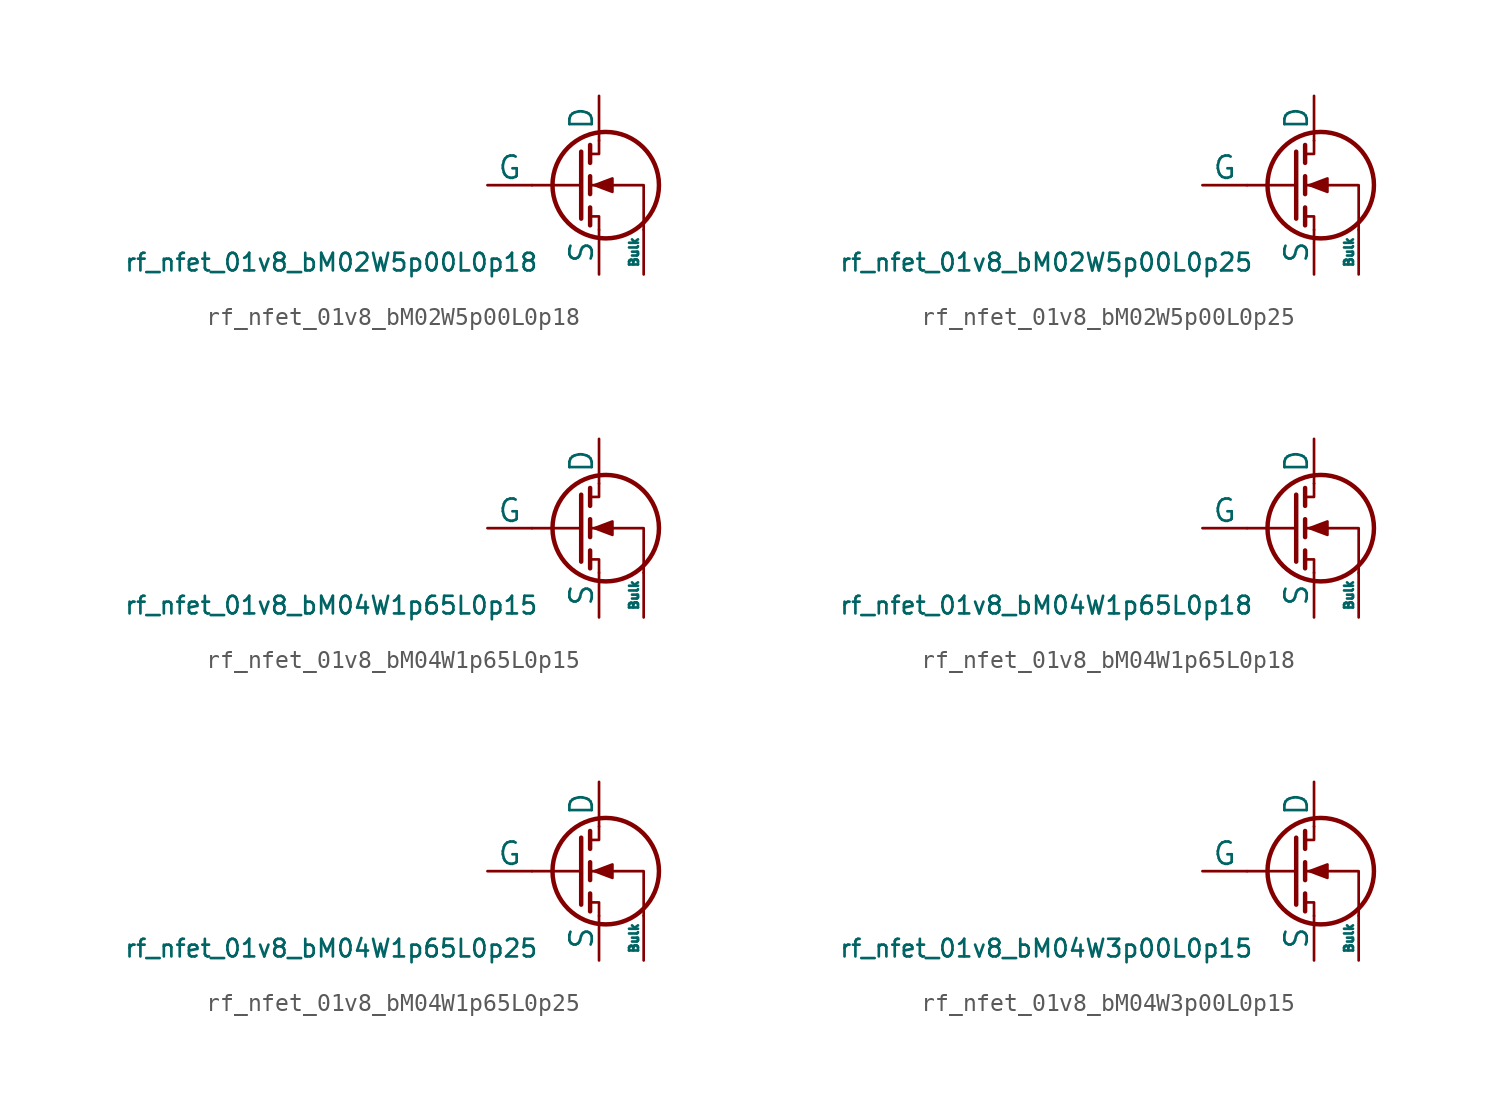
<source format=kicad_sym>
(kicad_symbol_lib
  (version 20211014)
  (generator pdk2kicad)
  (symbol "rf_nfet_01v8_bM02W5p00L0p18"
    (pin_numbers hide)
    (pin_names
      (offset 0))
    (property "Reference" "Q"
      (at 0 0 0)
      (effects (font (size 1 1)) hide))
    (property "Value" "rf_nfet_01v8_bM02W5p00L0p18"
      (at -12.7 -3.81 0)
      (effects (font (size 1 1)) (justify top)))
    (polyline
      (pts (xy 1.524 0) (xy -1.27 0))
      (stroke (width 0) (type default))
      (fill (type none)))
    (polyline
      (pts (xy 1.524 1.905) (xy 1.524 -1.905))
      (stroke (width 0.254) (type default))
      (fill (type none)))
    (polyline
      (pts (xy 2.032 -1.27) (xy 2.032 -2.286))
      (stroke (width 0.254) (type default))
      (fill (type none)))
    (polyline
      (pts (xy 2.032 0.508) (xy 2.032 -0.508))
      (stroke (width 0.254) (type default))
      (fill (type none)))
    (polyline
      (pts (xy 2.032 2.286) (xy 2.032 1.27))
      (stroke (width 0.254) (type default))
      (fill (type none)))
    (polyline
      (pts (xy 2.032 1.778) (xy 2.54 1.778) (xy 2.54 2.54))
      (stroke (width 0) (type default))
      (fill (type none)))
    (polyline
      (pts (xy 2.54 -2.54) (xy 2.54 -1.778) (xy 2.032 -1.778))
      (stroke (width 0) (type default))
      (fill (type none)))
    (polyline
      (pts (xy 5.08 -2.54) (xy 5.08 0) (xy 2.032 0))
      (stroke (width 0) (type default))
      (fill (type none)))
    (polyline
      (pts (xy 2.286 0) (xy 3.302 0.381) (xy 3.302 -0.381) (xy 2.286 0))
      (stroke (width 0) (type default))
      (fill (type outline)))
    (circle
      (center 2.921 0)
      (radius 3.029)
      (stroke (width 0.254) (type default))
      (fill (type none)))
    (pin passive line
      (at 2.54 5.08 270)
      (length 2.54)
      (name "D" (effects (font (size 1.27 1.27))))
      (number "1" (effects (font (size 1.27 1.27)))))
    (pin input line
      (at -3.81 0 0)
      (length 2.54)
      (name "G" (effects (font (size 1.27 1.27))))
      (number "2" (effects (font (size 1.27 1.27)))))
    (pin passive line
      (at 2.54 -5.08 90)
      (length 2.54)
      (name "S" (effects (font (size 1.27 1.27))))
      (number "3" (effects (font (size 1.27 1.27)))))
    (pin input line
      (at 5.08 -5.08 90)
      (length 2.54)
      (name "Bulk" (effects (font (size 0.508 0.508))))
      (number "4" (effects (font (size 1.27 1.27))))))
  (symbol "rf_nfet_01v8_bM02W5p00L0p25"
    (pin_numbers hide)
    (pin_names
      (offset 0))
    (property "Reference" "Q"
      (at 0 0 0)
      (effects (font (size 1 1)) hide))
    (property "Value" "rf_nfet_01v8_bM02W5p00L0p25"
      (at -12.7 -3.81 0)
      (effects (font (size 1 1)) (justify top)))
    (polyline
      (pts (xy 1.524 0) (xy -1.27 0))
      (stroke (width 0) (type default))
      (fill (type none)))
    (polyline
      (pts (xy 1.524 1.905) (xy 1.524 -1.905))
      (stroke (width 0.254) (type default))
      (fill (type none)))
    (polyline
      (pts (xy 2.032 -1.27) (xy 2.032 -2.286))
      (stroke (width 0.254) (type default))
      (fill (type none)))
    (polyline
      (pts (xy 2.032 0.508) (xy 2.032 -0.508))
      (stroke (width 0.254) (type default))
      (fill (type none)))
    (polyline
      (pts (xy 2.032 2.286) (xy 2.032 1.27))
      (stroke (width 0.254) (type default))
      (fill (type none)))
    (polyline
      (pts (xy 2.032 1.778) (xy 2.54 1.778) (xy 2.54 2.54))
      (stroke (width 0) (type default))
      (fill (type none)))
    (polyline
      (pts (xy 2.54 -2.54) (xy 2.54 -1.778) (xy 2.032 -1.778))
      (stroke (width 0) (type default))
      (fill (type none)))
    (polyline
      (pts (xy 5.08 -2.54) (xy 5.08 0) (xy 2.032 0))
      (stroke (width 0) (type default))
      (fill (type none)))
    (polyline
      (pts (xy 2.286 0) (xy 3.302 0.381) (xy 3.302 -0.381) (xy 2.286 0))
      (stroke (width 0) (type default))
      (fill (type outline)))
    (circle
      (center 2.921 0)
      (radius 3.029)
      (stroke (width 0.254) (type default))
      (fill (type none)))
    (pin passive line
      (at 2.54 5.08 270)
      (length 2.54)
      (name "D" (effects (font (size 1.27 1.27))))
      (number "1" (effects (font (size 1.27 1.27)))))
    (pin input line
      (at -3.81 0 0)
      (length 2.54)
      (name "G" (effects (font (size 1.27 1.27))))
      (number "2" (effects (font (size 1.27 1.27)))))
    (pin passive line
      (at 2.54 -5.08 90)
      (length 2.54)
      (name "S" (effects (font (size 1.27 1.27))))
      (number "3" (effects (font (size 1.27 1.27)))))
    (pin input line
      (at 5.08 -5.08 90)
      (length 2.54)
      (name "Bulk" (effects (font (size 0.508 0.508))))
      (number "4" (effects (font (size 1.27 1.27))))))
  (symbol "rf_nfet_01v8_bM04W1p65L0p15"
    (pin_numbers hide)
    (pin_names
      (offset 0))
    (property "Reference" "Q"
      (at 0 0 0)
      (effects (font (size 1 1)) hide))
    (property "Value" "rf_nfet_01v8_bM04W1p65L0p15"
      (at -12.7 -3.81 0)
      (effects (font (size 1 1)) (justify top)))
    (polyline
      (pts (xy 1.524 0) (xy -1.27 0))
      (stroke (width 0) (type default))
      (fill (type none)))
    (polyline
      (pts (xy 1.524 1.905) (xy 1.524 -1.905))
      (stroke (width 0.254) (type default))
      (fill (type none)))
    (polyline
      (pts (xy 2.032 -1.27) (xy 2.032 -2.286))
      (stroke (width 0.254) (type default))
      (fill (type none)))
    (polyline
      (pts (xy 2.032 0.508) (xy 2.032 -0.508))
      (stroke (width 0.254) (type default))
      (fill (type none)))
    (polyline
      (pts (xy 2.032 2.286) (xy 2.032 1.27))
      (stroke (width 0.254) (type default))
      (fill (type none)))
    (polyline
      (pts (xy 2.032 1.778) (xy 2.54 1.778) (xy 2.54 2.54))
      (stroke (width 0) (type default))
      (fill (type none)))
    (polyline
      (pts (xy 2.54 -2.54) (xy 2.54 -1.778) (xy 2.032 -1.778))
      (stroke (width 0) (type default))
      (fill (type none)))
    (polyline
      (pts (xy 5.08 -2.54) (xy 5.08 0) (xy 2.032 0))
      (stroke (width 0) (type default))
      (fill (type none)))
    (polyline
      (pts (xy 2.286 0) (xy 3.302 0.381) (xy 3.302 -0.381) (xy 2.286 0))
      (stroke (width 0) (type default))
      (fill (type outline)))
    (circle
      (center 2.921 0)
      (radius 3.029)
      (stroke (width 0.254) (type default))
      (fill (type none)))
    (pin passive line
      (at 2.54 5.08 270)
      (length 2.54)
      (name "D" (effects (font (size 1.27 1.27))))
      (number "1" (effects (font (size 1.27 1.27)))))
    (pin input line
      (at -3.81 0 0)
      (length 2.54)
      (name "G" (effects (font (size 1.27 1.27))))
      (number "2" (effects (font (size 1.27 1.27)))))
    (pin passive line
      (at 2.54 -5.08 90)
      (length 2.54)
      (name "S" (effects (font (size 1.27 1.27))))
      (number "3" (effects (font (size 1.27 1.27)))))
    (pin input line
      (at 5.08 -5.08 90)
      (length 2.54)
      (name "Bulk" (effects (font (size 0.508 0.508))))
      (number "4" (effects (font (size 1.27 1.27))))))
  (symbol "rf_nfet_01v8_bM04W1p65L0p18"
    (pin_numbers hide)
    (pin_names
      (offset 0))
    (property "Reference" "Q"
      (at 0 0 0)
      (effects (font (size 1 1)) hide))
    (property "Value" "rf_nfet_01v8_bM04W1p65L0p18"
      (at -12.7 -3.81 0)
      (effects (font (size 1 1)) (justify top)))
    (polyline
      (pts (xy 1.524 0) (xy -1.27 0))
      (stroke (width 0) (type default))
      (fill (type none)))
    (polyline
      (pts (xy 1.524 1.905) (xy 1.524 -1.905))
      (stroke (width 0.254) (type default))
      (fill (type none)))
    (polyline
      (pts (xy 2.032 -1.27) (xy 2.032 -2.286))
      (stroke (width 0.254) (type default))
      (fill (type none)))
    (polyline
      (pts (xy 2.032 0.508) (xy 2.032 -0.508))
      (stroke (width 0.254) (type default))
      (fill (type none)))
    (polyline
      (pts (xy 2.032 2.286) (xy 2.032 1.27))
      (stroke (width 0.254) (type default))
      (fill (type none)))
    (polyline
      (pts (xy 2.032 1.778) (xy 2.54 1.778) (xy 2.54 2.54))
      (stroke (width 0) (type default))
      (fill (type none)))
    (polyline
      (pts (xy 2.54 -2.54) (xy 2.54 -1.778) (xy 2.032 -1.778))
      (stroke (width 0) (type default))
      (fill (type none)))
    (polyline
      (pts (xy 5.08 -2.54) (xy 5.08 0) (xy 2.032 0))
      (stroke (width 0) (type default))
      (fill (type none)))
    (polyline
      (pts (xy 2.286 0) (xy 3.302 0.381) (xy 3.302 -0.381) (xy 2.286 0))
      (stroke (width 0) (type default))
      (fill (type outline)))
    (circle
      (center 2.921 0)
      (radius 3.029)
      (stroke (width 0.254) (type default))
      (fill (type none)))
    (pin passive line
      (at 2.54 5.08 270)
      (length 2.54)
      (name "D" (effects (font (size 1.27 1.27))))
      (number "1" (effects (font (size 1.27 1.27)))))
    (pin input line
      (at -3.81 0 0)
      (length 2.54)
      (name "G" (effects (font (size 1.27 1.27))))
      (number "2" (effects (font (size 1.27 1.27)))))
    (pin passive line
      (at 2.54 -5.08 90)
      (length 2.54)
      (name "S" (effects (font (size 1.27 1.27))))
      (number "3" (effects (font (size 1.27 1.27)))))
    (pin input line
      (at 5.08 -5.08 90)
      (length 2.54)
      (name "Bulk" (effects (font (size 0.508 0.508))))
      (number "4" (effects (font (size 1.27 1.27))))))
  (symbol "rf_nfet_01v8_bM04W1p65L0p25"
    (pin_numbers hide)
    (pin_names
      (offset 0))
    (property "Reference" "Q"
      (at 0 0 0)
      (effects (font (size 1 1)) hide))
    (property "Value" "rf_nfet_01v8_bM04W1p65L0p25"
      (at -12.7 -3.81 0)
      (effects (font (size 1 1)) (justify top)))
    (polyline
      (pts (xy 1.524 0) (xy -1.27 0))
      (stroke (width 0) (type default))
      (fill (type none)))
    (polyline
      (pts (xy 1.524 1.905) (xy 1.524 -1.905))
      (stroke (width 0.254) (type default))
      (fill (type none)))
    (polyline
      (pts (xy 2.032 -1.27) (xy 2.032 -2.286))
      (stroke (width 0.254) (type default))
      (fill (type none)))
    (polyline
      (pts (xy 2.032 0.508) (xy 2.032 -0.508))
      (stroke (width 0.254) (type default))
      (fill (type none)))
    (polyline
      (pts (xy 2.032 2.286) (xy 2.032 1.27))
      (stroke (width 0.254) (type default))
      (fill (type none)))
    (polyline
      (pts (xy 2.032 1.778) (xy 2.54 1.778) (xy 2.54 2.54))
      (stroke (width 0) (type default))
      (fill (type none)))
    (polyline
      (pts (xy 2.54 -2.54) (xy 2.54 -1.778) (xy 2.032 -1.778))
      (stroke (width 0) (type default))
      (fill (type none)))
    (polyline
      (pts (xy 5.08 -2.54) (xy 5.08 0) (xy 2.032 0))
      (stroke (width 0) (type default))
      (fill (type none)))
    (polyline
      (pts (xy 2.286 0) (xy 3.302 0.381) (xy 3.302 -0.381) (xy 2.286 0))
      (stroke (width 0) (type default))
      (fill (type outline)))
    (circle
      (center 2.921 0)
      (radius 3.029)
      (stroke (width 0.254) (type default))
      (fill (type none)))
    (pin passive line
      (at 2.54 5.08 270)
      (length 2.54)
      (name "D" (effects (font (size 1.27 1.27))))
      (number "1" (effects (font (size 1.27 1.27)))))
    (pin input line
      (at -3.81 0 0)
      (length 2.54)
      (name "G" (effects (font (size 1.27 1.27))))
      (number "2" (effects (font (size 1.27 1.27)))))
    (pin passive line
      (at 2.54 -5.08 90)
      (length 2.54)
      (name "S" (effects (font (size 1.27 1.27))))
      (number "3" (effects (font (size 1.27 1.27)))))
    (pin input line
      (at 5.08 -5.08 90)
      (length 2.54)
      (name "Bulk" (effects (font (size 0.508 0.508))))
      (number "4" (effects (font (size 1.27 1.27))))))
  (symbol "rf_nfet_01v8_bM04W3p00L0p15"
    (pin_numbers hide)
    (pin_names
      (offset 0))
    (property "Reference" "Q"
      (at 0 0 0)
      (effects (font (size 1 1)) hide))
    (property "Value" "rf_nfet_01v8_bM04W3p00L0p15"
      (at -12.7 -3.81 0)
      (effects (font (size 1 1)) (justify top)))
    (polyline
      (pts (xy 1.524 0) (xy -1.27 0))
      (stroke (width 0) (type default))
      (fill (type none)))
    (polyline
      (pts (xy 1.524 1.905) (xy 1.524 -1.905))
      (stroke (width 0.254) (type default))
      (fill (type none)))
    (polyline
      (pts (xy 2.032 -1.27) (xy 2.032 -2.286))
      (stroke (width 0.254) (type default))
      (fill (type none)))
    (polyline
      (pts (xy 2.032 0.508) (xy 2.032 -0.508))
      (stroke (width 0.254) (type default))
      (fill (type none)))
    (polyline
      (pts (xy 2.032 2.286) (xy 2.032 1.27))
      (stroke (width 0.254) (type default))
      (fill (type none)))
    (polyline
      (pts (xy 2.032 1.778) (xy 2.54 1.778) (xy 2.54 2.54))
      (stroke (width 0) (type default))
      (fill (type none)))
    (polyline
      (pts (xy 2.54 -2.54) (xy 2.54 -1.778) (xy 2.032 -1.778))
      (stroke (width 0) (type default))
      (fill (type none)))
    (polyline
      (pts (xy 5.08 -2.54) (xy 5.08 0) (xy 2.032 0))
      (stroke (width 0) (type default))
      (fill (type none)))
    (polyline
      (pts (xy 2.286 0) (xy 3.302 0.381) (xy 3.302 -0.381) (xy 2.286 0))
      (stroke (width 0) (type default))
      (fill (type outline)))
    (circle
      (center 2.921 0)
      (radius 3.029)
      (stroke (width 0.254) (type default))
      (fill (type none)))
    (pin passive line
      (at 2.54 5.08 270)
      (length 2.54)
      (name "D" (effects (font (size 1.27 1.27))))
      (number "1" (effects (font (size 1.27 1.27)))))
    (pin input line
      (at -3.81 0 0)
      (length 2.54)
      (name "G" (effects (font (size 1.27 1.27))))
      (number "2" (effects (font (size 1.27 1.27)))))
    (pin passive line
      (at 2.54 -5.08 90)
      (length 2.54)
      (name "S" (effects (font (size 1.27 1.27))))
      (number "3" (effects (font (size 1.27 1.27)))))
    (pin input line
      (at 5.08 -5.08 90)
      (length 2.54)
      (name "Bulk" (effects (font (size 0.508 0.508))))
      (number "4" (effects (font (size 1.27 1.27)))))))
</source>
